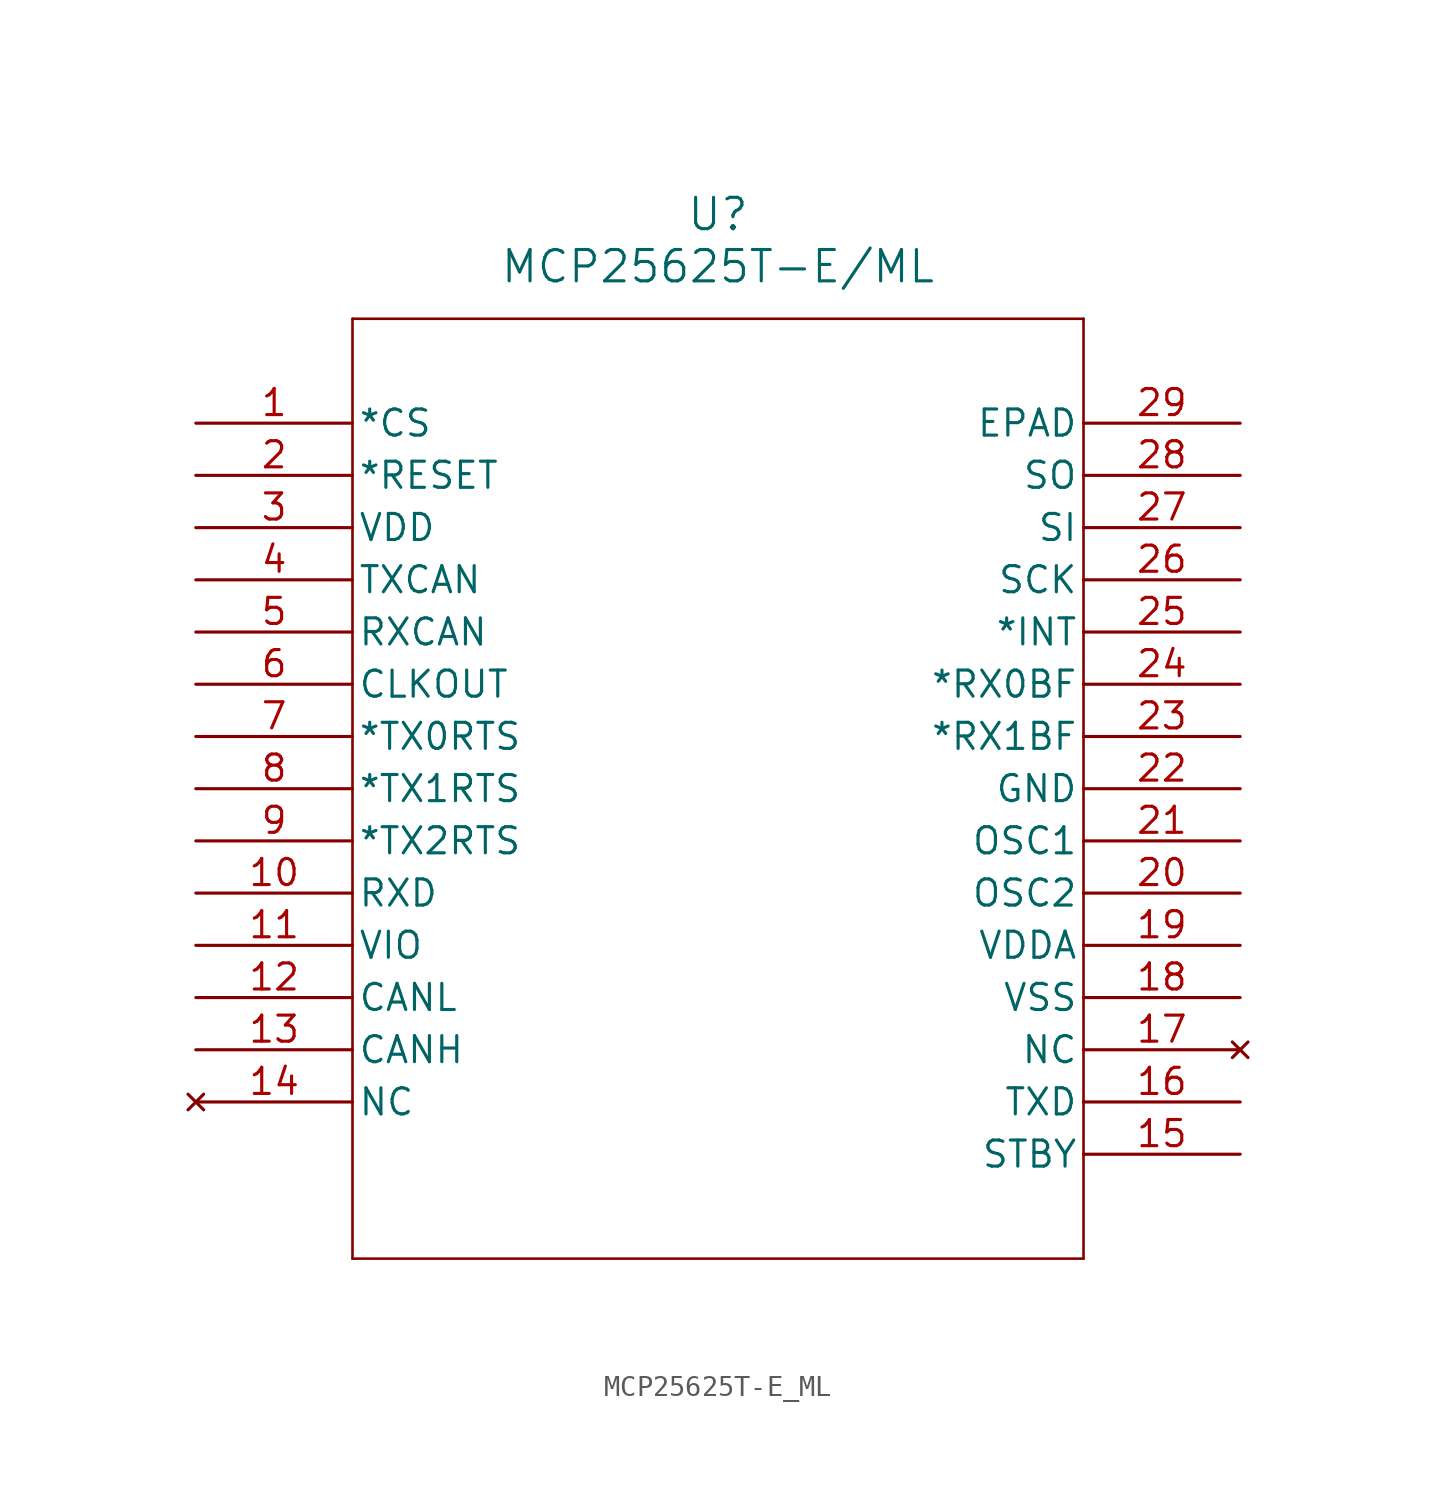
<source format=kicad_sym>
(kicad_symbol_lib
  (version 20211014)
  (generator kicad_symbol_editor)
  (symbol "MCP25625T-E_ML"
    (pin_names
      (offset 0.254))
    (property "Reference" "U"
      (at 25.4 10.16 0)
      (effects (font (size 1.524 1.524))))
    (property "Value" "MCP25625T-E/ML"
      (at 25.4 7.62 0)
      (effects (font (size 1.524 1.524))))
    (symbol "MCP25625T-E_ML_0_1"
      (polyline (pts (xy 7.62 5.08) (xy 7.62 -40.64)) (stroke (width 0.127) (type default) (color 0 0 0 0)) (fill (type none)))
      (polyline (pts (xy 7.62 -40.64) (xy 43.18 -40.64)) (stroke (width 0.127) (type default) (color 0 0 0 0)) (fill (type none)))
      (polyline (pts (xy 43.18 -40.64) (xy 43.18 5.08)) (stroke (width 0.127) (type default) (color 0 0 0 0)) (fill (type none)))
      (polyline (pts (xy 43.18 5.08) (xy 7.62 5.08)) (stroke (width 0.127) (type default) (color 0 0 0 0)) (fill (type none)))
      (pin input line (at 0 0 0) (length 7.62) (name "*CS" (effects (font (size 1.27 1.27)))) (number "1" (effects (font (size 1.27 1.27)))))
      (pin input line (at 0 -2.54 0) (length 7.62) (name "*RESET" (effects (font (size 1.27 1.27)))) (number "2" (effects (font (size 1.27 1.27)))))
      (pin power_in line (at 0 -5.08 0) (length 7.62) (name "VDD" (effects (font (size 1.27 1.27)))) (number "3" (effects (font (size 1.27 1.27)))))
      (pin output line (at 0 -7.62 0) (length 7.62) (name "TXCAN" (effects (font (size 1.27 1.27)))) (number "4" (effects (font (size 1.27 1.27)))))
      (pin input line (at 0 -10.16 0) (length 7.62) (name "RXCAN" (effects (font (size 1.27 1.27)))) (number "5" (effects (font (size 1.27 1.27)))))
      (pin output line (at 0 -12.7 0) (length 7.62) (name "CLKOUT" (effects (font (size 1.27 1.27)))) (number "6" (effects (font (size 1.27 1.27)))))
      (pin input line (at 0 -15.24 0) (length 7.62) (name "*TX0RTS" (effects (font (size 1.27 1.27)))) (number "7" (effects (font (size 1.27 1.27)))))
      (pin input line (at 0 -17.78 0) (length 7.62) (name "*TX1RTS" (effects (font (size 1.27 1.27)))) (number "8" (effects (font (size 1.27 1.27)))))
      (pin input line (at 0 -20.32 0) (length 7.62) (name "*TX2RTS" (effects (font (size 1.27 1.27)))) (number "9" (effects (font (size 1.27 1.27)))))
      (pin output line (at 0 -22.86 0) (length 7.62) (name "RXD" (effects (font (size 1.27 1.27)))) (number "10" (effects (font (size 1.27 1.27)))))
      (pin power_in line (at 0 -25.4 0) (length 7.62) (name "VIO" (effects (font (size 1.27 1.27)))) (number "11" (effects (font (size 1.27 1.27)))))
      (pin bidirectional line (at 0 -27.94 0) (length 7.62) (name "CANL" (effects (font (size 1.27 1.27)))) (number "12" (effects (font (size 1.27 1.27)))))
      (pin bidirectional line (at 0 -30.48 0) (length 7.62) (name "CANH" (effects (font (size 1.27 1.27)))) (number "13" (effects (font (size 1.27 1.27)))))
      (pin no_connect line (at 0 -33.02 0) (length 7.62) (name "NC" (effects (font (size 1.27 1.27)))) (number "14" (effects (font (size 1.27 1.27)))))
      (pin input line (at 50.8 -35.56 180) (length 7.62) (name "STBY" (effects (font (size 1.27 1.27)))) (number "15" (effects (font (size 1.27 1.27)))))
      (pin input line (at 50.8 -33.02 180) (length 7.62) (name "TXD" (effects (font (size 1.27 1.27)))) (number "16" (effects (font (size 1.27 1.27)))))
      (pin no_connect line (at 50.8 -30.48 180) (length 7.62) (name "NC" (effects (font (size 1.27 1.27)))) (number "17" (effects (font (size 1.27 1.27)))))
      (pin power_in line (at 50.8 -27.94 180) (length 7.62) (name "VSS" (effects (font (size 1.27 1.27)))) (number "18" (effects (font (size 1.27 1.27)))))
      (pin power_in line (at 50.8 -25.4 180) (length 7.62) (name "VDDA" (effects (font (size 1.27 1.27)))) (number "19" (effects (font (size 1.27 1.27)))))
      (pin output line (at 50.8 -22.86 180) (length 7.62) (name "OSC2" (effects (font (size 1.27 1.27)))) (number "20" (effects (font (size 1.27 1.27)))))
      (pin input line (at 50.8 -20.32 180) (length 7.62) (name "OSC1" (effects (font (size 1.27 1.27)))) (number "21" (effects (font (size 1.27 1.27)))))
      (pin power_in line (at 50.8 -17.78 180) (length 7.62) (name "GND" (effects (font (size 1.27 1.27)))) (number "22" (effects (font (size 1.27 1.27)))))
      (pin output line (at 50.8 -15.24 180) (length 7.62) (name "*RX1BF" (effects (font (size 1.27 1.27)))) (number "23" (effects (font (size 1.27 1.27)))))
      (pin output line (at 50.8 -12.7 180) (length 7.62) (name "*RX0BF" (effects (font (size 1.27 1.27)))) (number "24" (effects (font (size 1.27 1.27)))))
      (pin output line (at 50.8 -10.16 180) (length 7.62) (name "*INT" (effects (font (size 1.27 1.27)))) (number "25" (effects (font (size 1.27 1.27)))))
      (pin input line (at 50.8 -7.62 180) (length 7.62) (name "SCK" (effects (font (size 1.27 1.27)))) (number "26" (effects (font (size 1.27 1.27)))))
      (pin input line (at 50.8 -5.08 180) (length 7.62) (name "SI" (effects (font (size 1.27 1.27)))) (number "27" (effects (font (size 1.27 1.27)))))
      (pin output line (at 50.8 -2.54 180) (length 7.62) (name "SO" (effects (font (size 1.27 1.27)))) (number "28" (effects (font (size 1.27 1.27)))))
      (pin unspecified line (at 50.8 0 180) (length 7.62) (name "EPAD" (effects (font (size 1.27 1.27)))) (number "29" (effects (font (size 1.27 1.27))))))))
</source>
